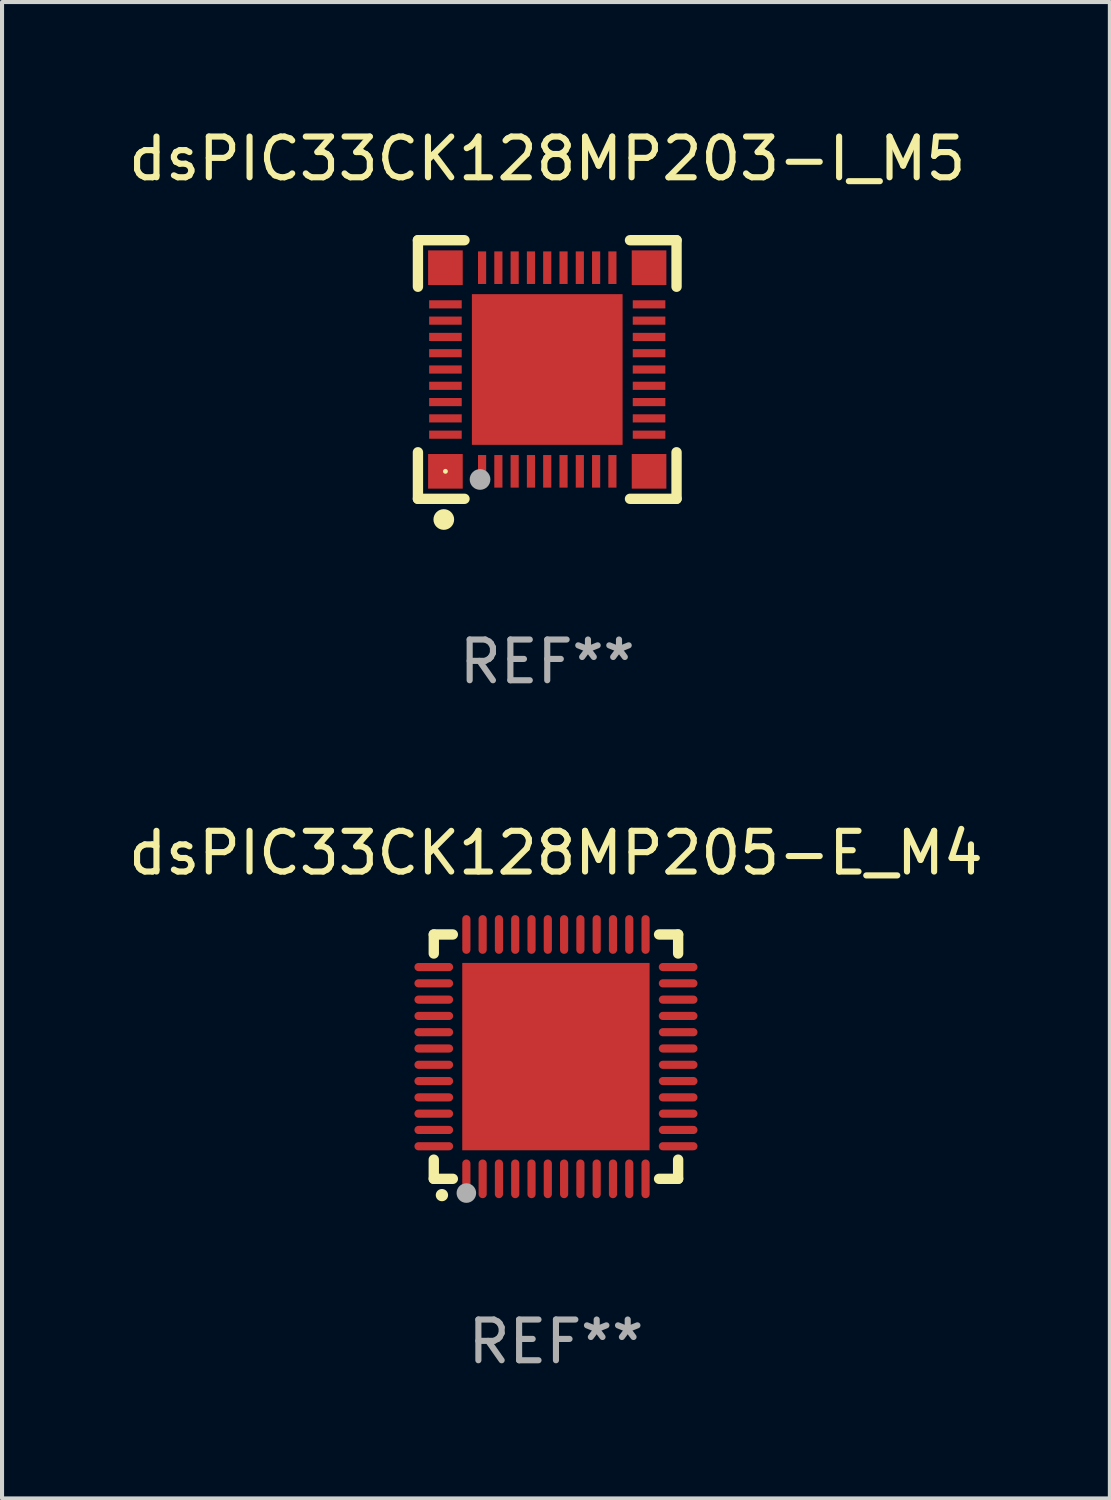
<source format=kicad_pcb>
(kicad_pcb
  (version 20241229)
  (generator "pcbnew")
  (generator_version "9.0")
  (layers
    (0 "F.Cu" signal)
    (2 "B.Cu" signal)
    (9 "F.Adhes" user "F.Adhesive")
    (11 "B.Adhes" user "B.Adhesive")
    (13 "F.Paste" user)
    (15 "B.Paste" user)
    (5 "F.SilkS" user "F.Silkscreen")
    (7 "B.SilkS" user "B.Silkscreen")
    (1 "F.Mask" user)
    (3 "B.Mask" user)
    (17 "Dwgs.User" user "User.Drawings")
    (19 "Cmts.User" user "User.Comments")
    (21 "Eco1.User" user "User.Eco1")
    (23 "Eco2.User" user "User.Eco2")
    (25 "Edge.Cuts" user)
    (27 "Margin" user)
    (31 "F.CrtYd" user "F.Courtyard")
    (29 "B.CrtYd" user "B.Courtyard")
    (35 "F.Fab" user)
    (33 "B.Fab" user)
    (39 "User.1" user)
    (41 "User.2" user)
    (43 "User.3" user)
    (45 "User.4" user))
  (footprint "dsPIC33CK128MP205-E_M4"
    (layer "F.Cu")
    (at 10.601 22.895)
    (property "Reference" "dsPIC33CK128MP205-E_M4" (at 0 -5 0) (layer "F.SilkS") (effects (font (size 1 1) (thickness 0.15))))
    (attr through_hole)
    (fp_line (start -3 -3) (end -2.532 -3) (stroke (width 0.254) (type solid)) (layer "F.SilkS"))
    (fp_line (start -3 -2.532) (end -3 -3) (stroke (width 0.254) (type solid)) (layer "F.SilkS"))
    (fp_line (start -3 3) (end -3 2.529) (stroke (width 0.254) (type solid)) (layer "F.SilkS"))
    (fp_line (start -2.532 3) (end -3 3) (stroke (width 0.254) (type solid)) (layer "F.SilkS"))
    (fp_line (start 2.532 -3) (end 3 -3) (stroke (width 0.254) (type solid)) (layer "F.SilkS"))
    (fp_line (start 3 -3) (end 3 -2.532) (stroke (width 0.254) (type solid)) (layer "F.SilkS"))
    (fp_line (start 3 2.529) (end 3 3) (stroke (width 0.254) (type solid)) (layer "F.SilkS"))
    (fp_line (start 3 3) (end 2.532 3) (stroke (width 0.254) (type solid)) (layer "F.SilkS"))
    (fp_arc (start -2.801295 3.400025) (mid -2.800025 3.40002) (end -2.798755 3.400025) (stroke (width 0.3) (type solid)) (layer "F.SilkS"))
    (fp_circle (center -3 3) (end -2.97 3) (stroke (width 0.06) (type solid)) (fill no) (layer "F.SilkS"))
    (fp_circle (center -2.2 3.35) (end -2.08 3.35) (stroke (width 0.24) (type solid)) (fill no) (layer "F.Fab"))
    (fp_text user "REF**" (at 0 7 0) (layer "F.Fab") (effects (font (size 1 1) (thickness 0.15))))
    (pad "1" smd oval (at -2.2 3) (size 0.2 0.95) (layers "F.Cu" "F.Mask" "F.Paste"))
    (pad "2" smd oval (at -1.8 3) (size 0.2 0.95) (layers "F.Cu" "F.Mask" "F.Paste"))
    (pad "3" smd oval (at -1.4 3) (size 0.2 0.95) (layers "F.Cu" "F.Mask" "F.Paste"))
    (pad "4" smd oval (at -1 3) (size 0.2 0.95) (layers "F.Cu" "F.Mask" "F.Paste"))
    (pad "5" smd oval (at -0.6 3) (size 0.2 0.95) (layers "F.Cu" "F.Mask" "F.Paste"))
    (pad "6" smd oval (at -0.2 3) (size 0.2 0.95) (layers "F.Cu" "F.Mask" "F.Paste"))
    (pad "7" smd oval (at 0.2 3) (size 0.2 0.95) (layers "F.Cu" "F.Mask" "F.Paste"))
    (pad "8" smd oval (at 0.6 3) (size 0.2 0.95) (layers "F.Cu" "F.Mask" "F.Paste"))
    (pad "9" smd oval (at 1 3) (size 0.2 0.95) (layers "F.Cu" "F.Mask" "F.Paste"))
    (pad "10" smd oval (at 1.4 3) (size 0.2 0.95) (layers "F.Cu" "F.Mask" "F.Paste"))
    (pad "11" smd oval (at 1.8 3) (size 0.2 0.95) (layers "F.Cu" "F.Mask" "F.Paste"))
    (pad "12" smd oval (at 2.2 3) (size 0.2 0.95) (layers "F.Cu" "F.Mask" "F.Paste"))
    (pad "13" smd oval (at 3 2.2 90) (size 0.2 0.95) (layers "F.Cu" "F.Mask" "F.Paste"))
    (pad "14" smd oval (at 3 1.8 90) (size 0.2 0.95) (layers "F.Cu" "F.Mask" "F.Paste"))
    (pad "15" smd oval (at 3 1.4 90) (size 0.2 0.95) (layers "F.Cu" "F.Mask" "F.Paste"))
    (pad "16" smd oval (at 3 1 90) (size 0.2 0.95) (layers "F.Cu" "F.Mask" "F.Paste"))
    (pad "17" smd oval (at 3 0.6 90) (size 0.2 0.95) (layers "F.Cu" "F.Mask" "F.Paste"))
    (pad "18" smd oval (at 3 0.2 90) (size 0.2 0.95) (layers "F.Cu" "F.Mask" "F.Paste"))
    (pad "19" smd oval (at 3 -0.2 90) (size 0.2 0.95) (layers "F.Cu" "F.Mask" "F.Paste"))
    (pad "20" smd oval (at 3 -0.6 90) (size 0.2 0.95) (layers "F.Cu" "F.Mask" "F.Paste"))
    (pad "21" smd oval (at 3 -1 90) (size 0.2 0.95) (layers "F.Cu" "F.Mask" "F.Paste"))
    (pad "22" smd oval (at 3 -1.4 90) (size 0.2 0.95) (layers "F.Cu" "F.Mask" "F.Paste"))
    (pad "23" smd oval (at 3 -1.8 90) (size 0.2 0.95) (layers "F.Cu" "F.Mask" "F.Paste"))
    (pad "24" smd oval (at 3 -2.2 90) (size 0.2 0.95) (layers "F.Cu" "F.Mask" "F.Paste"))
    (pad "25" smd oval (at 2.2 -3 180) (size 0.2 0.95) (layers "F.Cu" "F.Mask" "F.Paste"))
    (pad "26" smd oval (at 1.8 -3 180) (size 0.2 0.95) (layers "F.Cu" "F.Mask" "F.Paste"))
    (pad "27" smd oval (at 1.4 -3 180) (size 0.2 0.95) (layers "F.Cu" "F.Mask" "F.Paste"))
    (pad "28" smd oval (at 1 -3 180) (size 0.2 0.95) (layers "F.Cu" "F.Mask" "F.Paste"))
    (pad "29" smd oval (at 0.6 -3 180) (size 0.2 0.95) (layers "F.Cu" "F.Mask" "F.Paste"))
    (pad "30" smd oval (at 0.2 -3 180) (size 0.2 0.95) (layers "F.Cu" "F.Mask" "F.Paste"))
    (pad "31" smd oval (at -0.2 -3 180) (size 0.2 0.95) (layers "F.Cu" "F.Mask" "F.Paste"))
    (pad "32" smd oval (at -0.6 -3 180) (size 0.2 0.95) (layers "F.Cu" "F.Mask" "F.Paste"))
    (pad "33" smd oval (at -1 -3 180) (size 0.2 0.95) (layers "F.Cu" "F.Mask" "F.Paste"))
    (pad "34" smd oval (at -1.4 -3 180) (size 0.2 0.95) (layers "F.Cu" "F.Mask" "F.Paste"))
    (pad "35" smd oval (at -1.8 -3 180) (size 0.2 0.95) (layers "F.Cu" "F.Mask" "F.Paste"))
    (pad "36" smd oval (at -2.2 -3 180) (size 0.2 0.95) (layers "F.Cu" "F.Mask" "F.Paste"))
    (pad "37" smd oval (at -3 -2.2 270) (size 0.2 0.95) (layers "F.Cu" "F.Mask" "F.Paste"))
    (pad "38" smd oval (at -3 -1.8 270) (size 0.2 0.95) (layers "F.Cu" "F.Mask" "F.Paste"))
    (pad "39" smd oval (at -3 -1.4 270) (size 0.2 0.95) (layers "F.Cu" "F.Mask" "F.Paste"))
    (pad "40" smd oval (at -3 -1 270) (size 0.2 0.95) (layers "F.Cu" "F.Mask" "F.Paste"))
    (pad "41" smd oval (at -3 -0.6 270) (size 0.2 0.95) (layers "F.Cu" "F.Mask" "F.Paste"))
    (pad "42" smd oval (at -3 -0.2 270) (size 0.2 0.95) (layers "F.Cu" "F.Mask" "F.Paste"))
    (pad "43" smd oval (at -3 0.2 270) (size 0.2 0.95) (layers "F.Cu" "F.Mask" "F.Paste"))
    (pad "44" smd oval (at -3 0.6 270) (size 0.2 0.95) (layers "F.Cu" "F.Mask" "F.Paste"))
    (pad "45" smd oval (at -3 1 270) (size 0.2 0.95) (layers "F.Cu" "F.Mask" "F.Paste"))
    (pad "46" smd oval (at -3 1.4 270) (size 0.2 0.95) (layers "F.Cu" "F.Mask" "F.Paste"))
    (pad "47" smd oval (at -3 1.8 270) (size 0.2 0.95) (layers "F.Cu" "F.Mask" "F.Paste"))
    (pad "48" smd oval (at -3 2.2 270) (size 0.2 0.95) (layers "F.Cu" "F.Mask" "F.Paste"))
    (pad "49" smd rect (at -0.001 -0.001 180) (size 4.6 4.6) (layers "F.Cu" "F.Mask" "F.Paste")))
  (footprint "dsPIC33CK128MP203-I_M5"
    (layer "F.Cu")
    (at 10.387 6.023)
    (property "Reference" "dsPIC33CK128MP203-I_M5" (at 0 -5.175 0) (layer "F.SilkS") (effects (font (size 1 1) (thickness 0.15))))
    (attr through_hole)
    (fp_line (start -3.175 -3.175) (end -2.032 -3.175) (stroke (width 0.254) (type solid)) (layer "F.SilkS"))
    (fp_line (start -3.175 -2.032) (end -3.175 -3.175) (stroke (width 0.254) (type solid)) (layer "F.SilkS"))
    (fp_line (start -3.175 3.175) (end -3.175 2.032) (stroke (width 0.254) (type solid)) (layer "F.SilkS"))
    (fp_line (start -2.032 3.175) (end -3.175 3.175) (stroke (width 0.254) (type solid)) (layer "F.SilkS"))
    (fp_line (start 2.032 -3.175) (end 3.175 -3.175) (stroke (width 0.254) (type solid)) (layer "F.SilkS"))
    (fp_line (start 3.175 -3.175) (end 3.175 -2.032) (stroke (width 0.254) (type solid)) (layer "F.SilkS"))
    (fp_line (start 3.175 2.032) (end 3.175 3.175) (stroke (width 0.254) (type solid)) (layer "F.SilkS"))
    (fp_line (start 3.175 3.175) (end 2.032 3.175) (stroke (width 0.254) (type solid)) (layer "F.SilkS"))
    (fp_circle (center -2.54 3.683) (end -2.413 3.683) (stroke (width 0.254) (type solid)) (fill no) (layer "F.SilkS"))
    (fp_circle (center -2.5 2.5) (end -2.47 2.5) (stroke (width 0.06) (type solid)) (fill no) (layer "F.SilkS"))
    (fp_circle (center -1.65 2.7) (end -1.523 2.7) (stroke (width 0.254) (type solid)) (fill no) (layer "F.Fab"))
    (fp_text user "REF**" (at 0 7.175 0) (layer "F.Fab") (effects (font (size 1 1) (thickness 0.15))))
    (pad "1" smd rect (at -1.6 2.5) (size 0.2 0.8) (layers "F.Cu" "F.Mask" "F.Paste"))
    (pad "2" smd rect (at -1.2 2.5) (size 0.2 0.8) (layers "F.Cu" "F.Mask" "F.Paste"))
    (pad "3" smd rect (at -0.8 2.5) (size 0.2 0.8) (layers "F.Cu" "F.Mask" "F.Paste"))
    (pad "4" smd rect (at -0.4 2.5) (size 0.2 0.8) (layers "F.Cu" "F.Mask" "F.Paste"))
    (pad "5" smd rect (at -0.000051 2.5) (size 0.2 0.8) (layers "F.Cu" "F.Mask" "F.Paste"))
    (pad "6" smd rect (at 0.4 2.5) (size 0.2 0.8) (layers "F.Cu" "F.Mask" "F.Paste"))
    (pad "7" smd rect (at 0.8 2.5) (size 0.2 0.8) (layers "F.Cu" "F.Mask" "F.Paste"))
    (pad "8" smd rect (at 1.2 2.5) (size 0.2 0.8) (layers "F.Cu" "F.Mask" "F.Paste"))
    (pad "9" smd rect (at 1.6 2.5) (size 0.2 0.8) (layers "F.Cu" "F.Mask" "F.Paste"))
    (pad "10" smd rect (at 2.5 1.6 90) (size 0.2 0.8) (layers "F.Cu" "F.Mask" "F.Paste"))
    (pad "11" smd rect (at 2.5 1.2 90) (size 0.2 0.8) (layers "F.Cu" "F.Mask" "F.Paste"))
    (pad "12" smd rect (at 2.5 0.8 90) (size 0.2 0.8) (layers "F.Cu" "F.Mask" "F.Paste"))
    (pad "13" smd rect (at 2.5 0.4 90) (size 0.2 0.8) (layers "F.Cu" "F.Mask" "F.Paste"))
    (pad "14" smd rect (at 2.5 -0.000051 90) (size 0.2 0.8) (layers "F.Cu" "F.Mask" "F.Paste"))
    (pad "15" smd rect (at 2.5 -0.4 90) (size 0.2 0.8) (layers "F.Cu" "F.Mask" "F.Paste"))
    (pad "16" smd rect (at 2.5 -0.8 90) (size 0.2 0.8) (layers "F.Cu" "F.Mask" "F.Paste"))
    (pad "17" smd rect (at 2.5 -1.2 90) (size 0.2 0.8) (layers "F.Cu" "F.Mask" "F.Paste"))
    (pad "18" smd rect (at 2.5 -1.6 90) (size 0.2 0.8) (layers "F.Cu" "F.Mask" "F.Paste"))
    (pad "19" smd rect (at 1.6 -2.5 180) (size 0.2 0.8) (layers "F.Cu" "F.Mask" "F.Paste"))
    (pad "20" smd rect (at 1.2 -2.5 180) (size 0.2 0.8) (layers "F.Cu" "F.Mask" "F.Paste"))
    (pad "21" smd rect (at 0.8 -2.5 180) (size 0.2 0.8) (layers "F.Cu" "F.Mask" "F.Paste"))
    (pad "22" smd rect (at 0.4 -2.5 180) (size 0.2 0.8) (layers "F.Cu" "F.Mask" "F.Paste"))
    (pad "23" smd rect (at -0.000051 -2.5 180) (size 0.2 0.8) (layers "F.Cu" "F.Mask" "F.Paste"))
    (pad "24" smd rect (at -0.4 -2.5 180) (size 0.2 0.8) (layers "F.Cu" "F.Mask" "F.Paste"))
    (pad "25" smd rect (at -0.8 -2.5 180) (size 0.2 0.8) (layers "F.Cu" "F.Mask" "F.Paste"))
    (pad "26" smd rect (at -1.2 -2.5 180) (size 0.2 0.8) (layers "F.Cu" "F.Mask" "F.Paste"))
    (pad "27" smd rect (at -1.6 -2.5 180) (size 0.2 0.8) (layers "F.Cu" "F.Mask" "F.Paste"))
    (pad "28" smd rect (at -2.5 -1.6 270) (size 0.2 0.8) (layers "F.Cu" "F.Mask" "F.Paste"))
    (pad "29" smd rect (at -2.5 -1.2 270) (size 0.2 0.8) (layers "F.Cu" "F.Mask" "F.Paste"))
    (pad "30" smd rect (at -2.5 -0.8 270) (size 0.2 0.8) (layers "F.Cu" "F.Mask" "F.Paste"))
    (pad "31" smd rect (at -2.5 -0.4 270) (size 0.2 0.8) (layers "F.Cu" "F.Mask" "F.Paste"))
    (pad "32" smd rect (at -2.5 -0.000051 270) (size 0.2 0.8) (layers "F.Cu" "F.Mask" "F.Paste"))
    (pad "33" smd rect (at -2.5 0.4 270) (size 0.2 0.8) (layers "F.Cu" "F.Mask" "F.Paste"))
    (pad "34" smd rect (at -2.5 0.8 270) (size 0.2 0.8) (layers "F.Cu" "F.Mask" "F.Paste"))
    (pad "35" smd rect (at -2.5 1.2 270) (size 0.2 0.8) (layers "F.Cu" "F.Mask" "F.Paste"))
    (pad "36" smd rect (at -2.5 1.6 270) (size 0.2 0.8) (layers "F.Cu" "F.Mask" "F.Paste"))
    (pad "37" smd rect (at -2.5 -2.5) (size 0.85 0.85) (layers "F.Cu" "F.Mask" "F.Paste"))
    (pad "37" smd rect (at -2.5 2.5) (size 0.85 0.85) (layers "F.Cu" "F.Mask" "F.Paste"))
    (pad "37" smd rect (at -0.000051 -0.000051) (size 3.7 3.7) (layers "F.Cu" "F.Mask" "F.Paste"))
    (pad "37" smd rect (at 2.5 -2.5) (size 0.85 0.85) (layers "F.Cu" "F.Mask" "F.Paste"))
    (pad "37" smd rect (at 2.5 2.5) (size 0.85 0.85) (layers "F.Cu" "F.Mask" "F.Paste")))
  (gr_rect
    (start -3 -3)
    (end 24.202 33.743)
    (stroke (width 0.1) (type default))
    (fill no)
    (layer "Edge.Cuts")))
</source>
